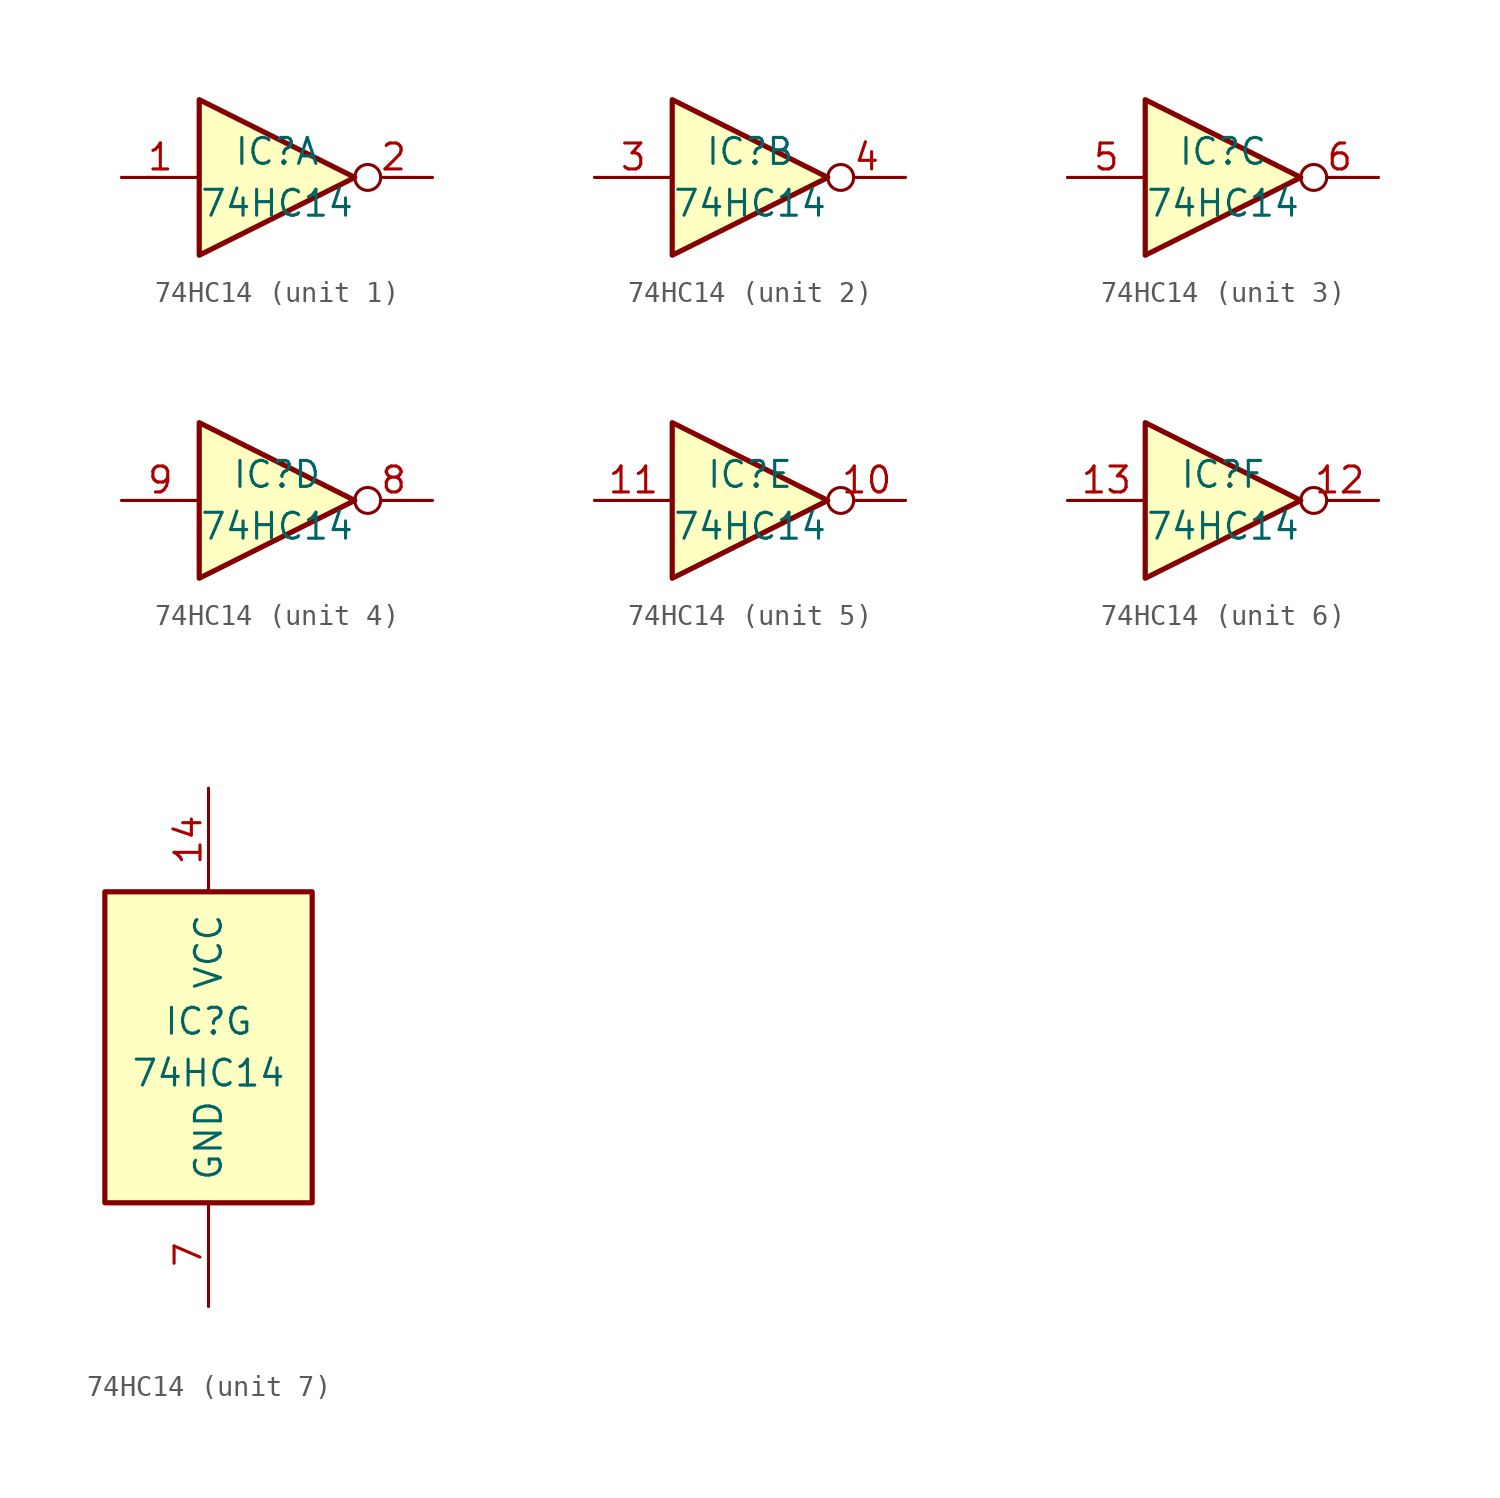
<source format=kicad_sym>
(kicad_symbol_lib
  (version 20220914)
  (generator kicad_symbol_editor)
  (symbol "74HC14"
    (pin_names
      (offset 1.016))
    (property "Reference" "IC"
      (at 0 1.27 0)
      (effects (font (size 1.27 1.27))))
    (property "Value" "74HC14"
      (at 0 -1.27 0)
      (effects (font (size 1.27 1.27))))
    (property "ki_locked" ""
      (at 0 0 0)
      (effects (font (size 1.27 1.27))))
    (symbol "74HC14_1_0"
      (polyline (pts (xy -3.81 3.81) (xy -3.81 -3.81) (xy 3.81 0) (xy -3.81 3.81)) (stroke (width 0.254) (type solid)) (fill (type background)))
      (pin input line (at -7.62 0 0) (length 3.81) (name "~" (effects (font (size 1.27 1.27)))) (number "1" (effects (font (size 1.27 1.27)))))
      (pin output inverted (at 7.62 0 180) (length 3.81) (name "~" (effects (font (size 1.27 1.27)))) (number "2" (effects (font (size 1.27 1.27))))))
    (symbol "74HC14_2_0"
      (polyline (pts (xy -3.81 3.81) (xy -3.81 -3.81) (xy 3.81 0) (xy -3.81 3.81)) (stroke (width 0.254) (type solid)) (fill (type background)))
      (pin input line (at -7.62 0 0) (length 3.81) (name "~" (effects (font (size 1.27 1.27)))) (number "3" (effects (font (size 1.27 1.27)))))
      (pin output inverted (at 7.62 0 180) (length 3.81) (name "~" (effects (font (size 1.27 1.27)))) (number "4" (effects (font (size 1.27 1.27))))))
    (symbol "74HC14_3_0"
      (polyline (pts (xy -3.81 3.81) (xy -3.81 -3.81) (xy 3.81 0) (xy -3.81 3.81)) (stroke (width 0.254) (type solid)) (fill (type background)))
      (pin input line (at -7.62 0 0) (length 3.81) (name "~" (effects (font (size 1.27 1.27)))) (number "5" (effects (font (size 1.27 1.27)))))
      (pin output inverted (at 7.62 0 180) (length 3.81) (name "~" (effects (font (size 1.27 1.27)))) (number "6" (effects (font (size 1.27 1.27))))))
    (symbol "74HC14_4_0"
      (polyline (pts (xy -3.81 3.81) (xy -3.81 -3.81) (xy 3.81 0) (xy -3.81 3.81)) (stroke (width 0.254) (type solid)) (fill (type background)))
      (pin output inverted (at 7.62 0 180) (length 3.81) (name "~" (effects (font (size 1.27 1.27)))) (number "8" (effects (font (size 1.27 1.27)))))
      (pin input line (at -7.62 0 0) (length 3.81) (name "~" (effects (font (size 1.27 1.27)))) (number "9" (effects (font (size 1.27 1.27))))))
    (symbol "74HC14_5_0"
      (polyline (pts (xy -3.81 3.81) (xy -3.81 -3.81) (xy 3.81 0) (xy -3.81 3.81)) (stroke (width 0.254) (type solid)) (fill (type background)))
      (pin output inverted (at 7.62 0 180) (length 3.81) (name "~" (effects (font (size 1.27 1.27)))) (number "10" (effects (font (size 1.27 1.27)))))
      (pin input line (at -7.62 0 0) (length 3.81) (name "~" (effects (font (size 1.27 1.27)))) (number "11" (effects (font (size 1.27 1.27))))))
    (symbol "74HC14_6_0"
      (polyline (pts (xy -3.81 3.81) (xy -3.81 -3.81) (xy 3.81 0) (xy -3.81 3.81)) (stroke (width 0.254) (type solid)) (fill (type background)))
      (pin output inverted (at 7.62 0 180) (length 3.81) (name "~" (effects (font (size 1.27 1.27)))) (number "12" (effects (font (size 1.27 1.27)))))
      (pin input line (at -7.62 0 0) (length 3.81) (name "~" (effects (font (size 1.27 1.27)))) (number "13" (effects (font (size 1.27 1.27))))))
    (symbol "74HC14_7_0"
      (pin power_in line (at 0 12.7 270) (length 5.08) (name "VCC" (effects (font (size 1.27 1.27)))) (number "14" (effects (font (size 1.27 1.27)))))
      (pin power_in line (at 0 -12.7 90) (length 5.08) (name "GND" (effects (font (size 1.27 1.27)))) (number "7" (effects (font (size 1.27 1.27))))))
    (symbol "74HC14_7_1"
      (rectangle (start -5.08 7.62) (end 5.08 -7.62) (stroke (width 0.254) (type solid)) (fill (type background))))))
</source>
